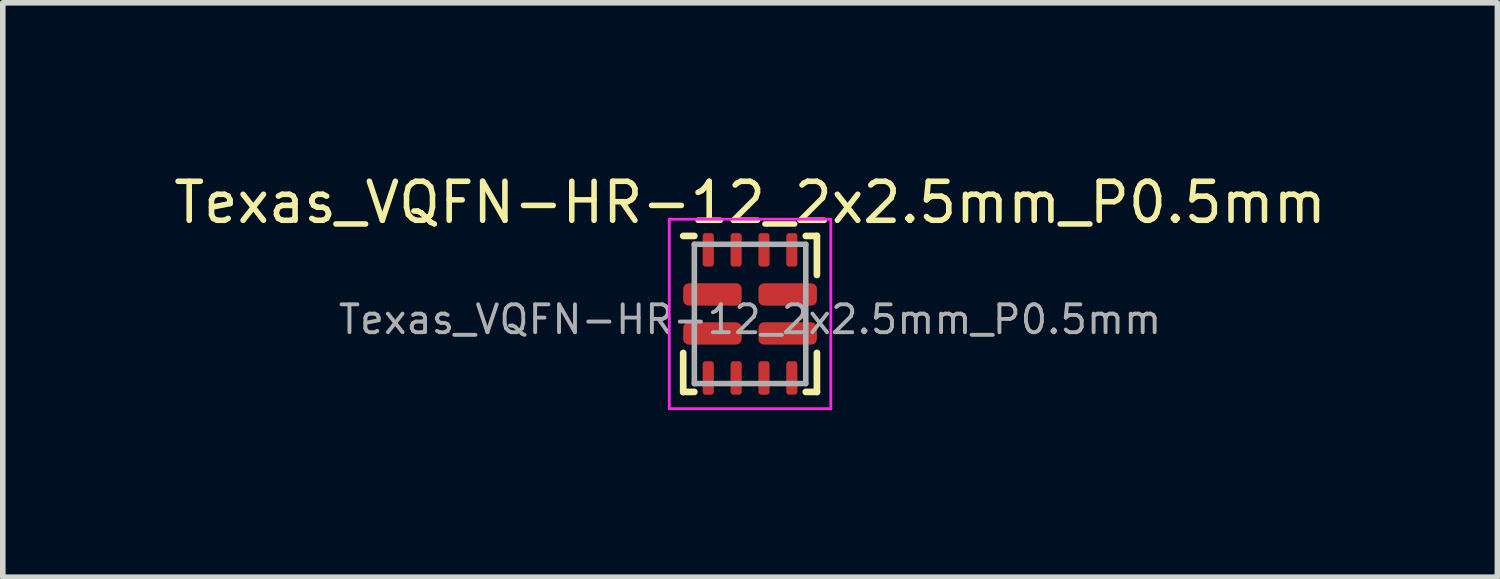
<source format=kicad_pcb>
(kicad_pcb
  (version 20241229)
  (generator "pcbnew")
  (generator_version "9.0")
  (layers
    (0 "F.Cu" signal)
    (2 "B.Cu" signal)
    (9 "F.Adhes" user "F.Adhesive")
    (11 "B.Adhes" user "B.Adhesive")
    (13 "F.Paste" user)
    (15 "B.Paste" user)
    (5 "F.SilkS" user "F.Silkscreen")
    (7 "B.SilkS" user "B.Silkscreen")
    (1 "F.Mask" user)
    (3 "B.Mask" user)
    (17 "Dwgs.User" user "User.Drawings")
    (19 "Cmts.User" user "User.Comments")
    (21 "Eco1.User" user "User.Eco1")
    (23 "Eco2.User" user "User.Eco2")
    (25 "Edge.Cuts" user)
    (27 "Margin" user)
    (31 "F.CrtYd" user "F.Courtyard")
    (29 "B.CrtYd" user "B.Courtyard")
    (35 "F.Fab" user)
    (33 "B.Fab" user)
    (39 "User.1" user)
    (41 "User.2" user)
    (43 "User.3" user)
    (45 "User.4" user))
  (footprint "Texas_VQFN-HR-12_2x2.5mm_P0.5mm"
    (layer "F.Cu")
    (at 10.413 2.585)
    (property "Reference" "Texas_VQFN-HR-12_2x2.5mm_P0.5mm" (at 0 -2 0) (layer "F.SilkS") (effects (font (size 0.7 0.7) (thickness 0.1))))
    (attr smd)
    (fp_line (start -1.2 0.7) (end -1.2 1.4) (stroke (width 0.12) (type solid)) (layer "F.SilkS"))
    (fp_line (start -1.2 1.4) (end -1 1.4) (stroke (width 0.12) (type solid)) (layer "F.SilkS"))
    (fp_line (start -1 -1.4) (end -1.2 -1.4) (stroke (width 0.12) (type solid)) (layer "F.SilkS"))
    (fp_line (start 1.2 -1.4) (end 1 -1.4) (stroke (width 0.12) (type solid)) (layer "F.SilkS"))
    (fp_line (start 1.2 -0.7) (end 1.2 -1.4) (stroke (width 0.12) (type solid)) (layer "F.SilkS"))
    (fp_line (start 1.2 0.7) (end 1.2 1.4) (stroke (width 0.12) (type solid)) (layer "F.SilkS"))
    (fp_line (start 1.2 1.4) (end 1 1.4) (stroke (width 0.12) (type solid)) (layer "F.SilkS"))
    (fp_line (start -1.45 -1.7) (end 1.45 -1.7) (stroke (width 0.05) (type solid)) (layer "F.CrtYd"))
    (fp_line (start -1.45 1.7) (end -1.45 -1.7) (stroke (width 0.05) (type solid)) (layer "F.CrtYd"))
    (fp_line (start 1.45 -1.7) (end 1.45 1.7) (stroke (width 0.05) (type solid)) (layer "F.CrtYd"))
    (fp_line (start 1.45 1.7) (end -1.45 1.7) (stroke (width 0.05) (type solid)) (layer "F.CrtYd"))
    (fp_line (start -1 -1.25) (end 1 -1.25) (stroke (width 0.1) (type solid)) (layer "F.Fab"))
    (fp_line (start -1 1.25) (end -1 -1.25) (stroke (width 0.1) (type solid)) (layer "F.Fab"))
    (fp_line (start 1 -1.25) (end 1 1.25) (stroke (width 0.1) (type solid)) (layer "F.Fab"))
    (fp_line (start 1 1.25) (end -1 1.25) (stroke (width 0.1) (type solid)) (layer "F.Fab"))
    (fp_text user "${REFERENCE}" (at 0 0.1 0) (layer "F.Fab") (effects (font (size 0.5 0.5) (thickness 0.07))))
    (pad "1" smd roundrect (at -0.675 -0.35) (size 1.05 0.4) (layers "F.Cu" "F.Mask" "F.Paste") (roundrect_rratio 0.25))
    (pad "2" smd roundrect (at -0.675 0.35) (size 1.05 0.4) (layers "F.Cu" "F.Mask" "F.Paste") (roundrect_rratio 0.25))
    (pad "3" smd roundrect (at -0.75 1.15) (size 0.2 0.6) (layers "F.Cu" "F.Mask" "F.Paste") (roundrect_rratio 0.25))
    (pad "4" smd roundrect (at -0.25 1.15) (size 0.2 0.6) (layers "F.Cu" "F.Mask" "F.Paste") (roundrect_rratio 0.25))
    (pad "5" smd roundrect (at 0.25 1.15) (size 0.2 0.6) (layers "F.Cu" "F.Mask" "F.Paste") (roundrect_rratio 0.25))
    (pad "6" smd roundrect (at 0.75 1.15) (size 0.2 0.6) (layers "F.Cu" "F.Mask" "F.Paste") (roundrect_rratio 0.25))
    (pad "7" smd roundrect (at 0.675 0.35) (size 1.05 0.4) (layers "F.Cu" "F.Mask" "F.Paste") (roundrect_rratio 0.25))
    (pad "8" smd roundrect (at 0.675 -0.35) (size 1.05 0.4) (layers "F.Cu" "F.Mask" "F.Paste") (roundrect_rratio 0.25))
    (pad "9" smd roundrect (at 0.75 -1.15) (size 0.2 0.6) (layers "F.Cu" "F.Mask" "F.Paste") (roundrect_rratio 0.25))
    (pad "10" smd roundrect (at 0.25 -1.15) (size 0.2 0.6) (layers "F.Cu" "F.Mask" "F.Paste") (roundrect_rratio 0.25))
    (pad "11" smd roundrect (at -0.25 -1.15) (size 0.2 0.6) (layers "F.Cu" "F.Mask" "F.Paste") (roundrect_rratio 0.25))
    (pad "12" smd roundrect (at -0.75 -1.15) (size 0.2 0.6) (layers "F.Cu" "F.Mask" "F.Paste") (roundrect_rratio 0.25)))
  (gr_rect
    (start -3 -3)
    (end 23.827 7.31)
    (stroke (width 0.1) (type default))
    (fill no)
    (layer "Edge.Cuts")))
</source>
